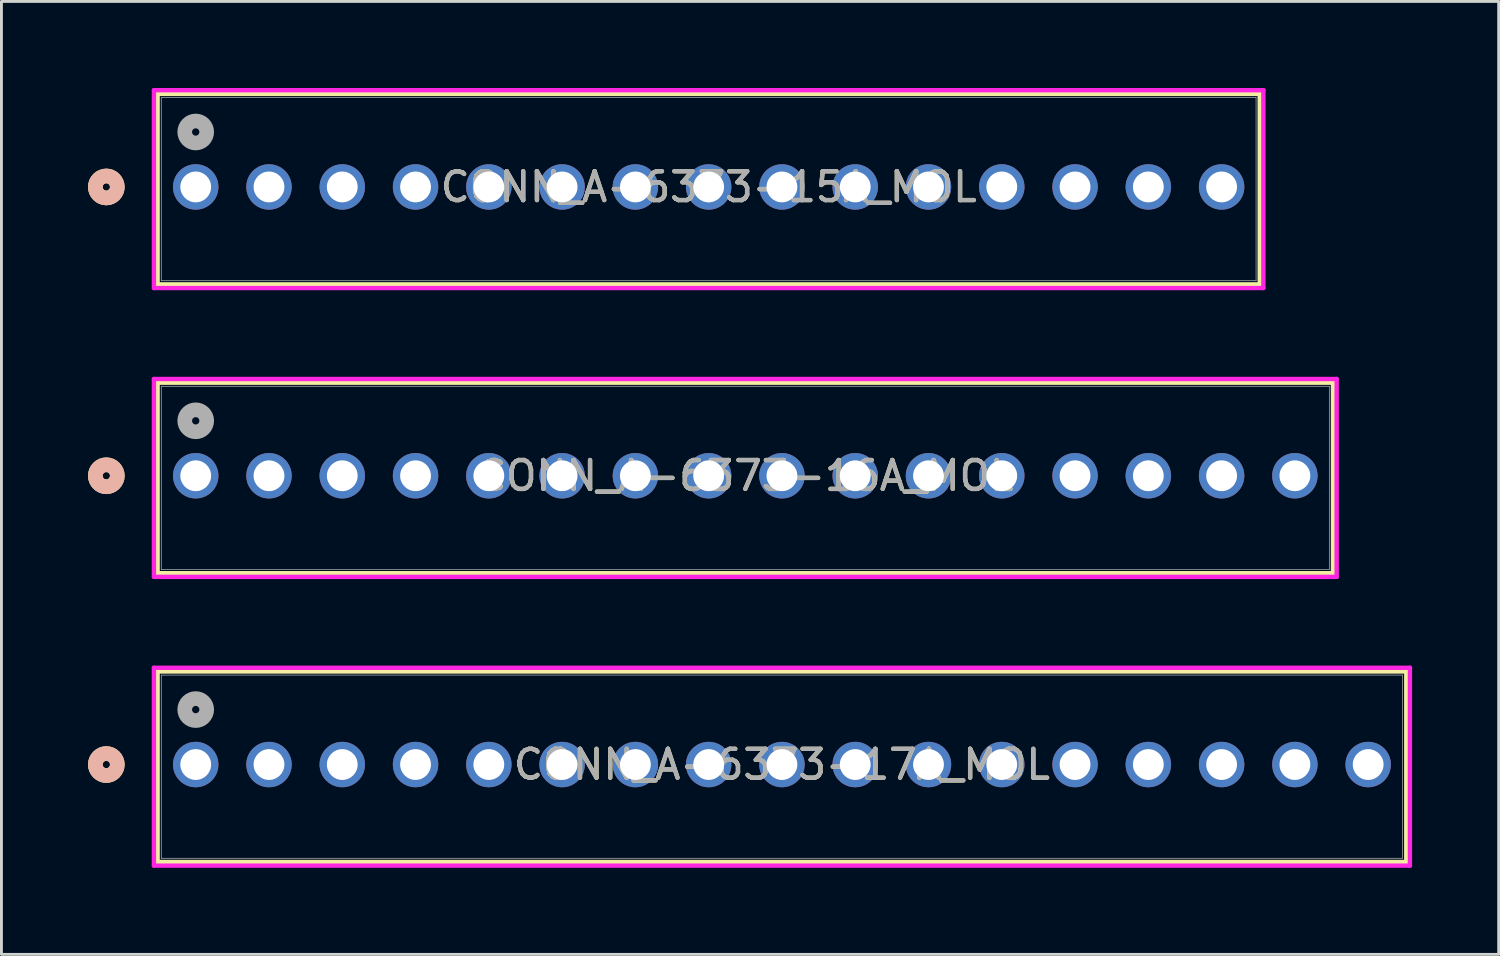
<source format=kicad_pcb>
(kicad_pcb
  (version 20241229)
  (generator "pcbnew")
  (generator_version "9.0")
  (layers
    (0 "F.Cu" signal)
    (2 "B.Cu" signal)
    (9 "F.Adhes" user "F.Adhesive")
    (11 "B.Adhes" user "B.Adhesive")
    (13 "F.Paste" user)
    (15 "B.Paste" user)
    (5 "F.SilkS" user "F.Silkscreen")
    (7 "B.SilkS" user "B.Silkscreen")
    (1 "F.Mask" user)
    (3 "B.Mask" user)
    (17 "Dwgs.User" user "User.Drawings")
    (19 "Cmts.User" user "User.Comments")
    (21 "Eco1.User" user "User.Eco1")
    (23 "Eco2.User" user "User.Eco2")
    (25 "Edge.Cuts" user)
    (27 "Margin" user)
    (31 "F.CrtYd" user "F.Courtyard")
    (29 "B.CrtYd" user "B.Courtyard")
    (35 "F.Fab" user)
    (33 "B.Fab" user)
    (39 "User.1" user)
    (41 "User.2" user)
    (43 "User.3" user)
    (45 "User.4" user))
  (footprint "CONN_A-6373-16A_MOL"
    (layer "F.Cu")
    (at 3.734 13.441)
    (property "Reference" "CONN_A-6373-16A_MOL" (at 19.05 0 0) (unlocked yes) (layer "F.SilkS") (effects (font (size 1 1) (thickness 0.15))))
    (attr through_hole)
    (fp_line (start -1.321 -3.227) (end -1.321 3.377) (stroke (width 0.152) (type solid)) (layer "F.SilkS"))
    (fp_line (start -1.321 3.377) (end 39.421 3.377) (stroke (width 0.152) (type solid)) (layer "F.SilkS"))
    (fp_line (start 39.421 -3.227) (end -1.321 -3.227) (stroke (width 0.152) (type solid)) (layer "F.SilkS"))
    (fp_line (start 39.421 3.377) (end 39.421 -3.227) (stroke (width 0.152) (type solid)) (layer "F.SilkS"))
    (fp_circle (center -3.099 0) (end -2.718 0) (stroke (width 0.508) (type solid)) (fill no) (layer "F.SilkS"))
    (fp_circle (center -3.099 0) (end -2.718 0) (stroke (width 0.508) (type solid)) (fill no) (layer "B.SilkS"))
    (fp_line (start -1.448 -3.354) (end -1.448 3.504) (stroke (width 0.152) (type solid)) (layer "F.CrtYd"))
    (fp_line (start -1.448 3.504) (end 39.548 3.504) (stroke (width 0.152) (type solid)) (layer "F.CrtYd"))
    (fp_line (start 39.548 -3.354) (end -1.448 -3.354) (stroke (width 0.152) (type solid)) (layer "F.CrtYd"))
    (fp_line (start 39.548 3.504) (end 39.548 -3.354) (stroke (width 0.152) (type solid)) (layer "F.CrtYd"))
    (fp_line (start -1.194 -3.1) (end -1.194 3.25) (stroke (width 0.025) (type solid)) (layer "F.Fab"))
    (fp_line (start -1.194 3.25) (end 39.294 3.25) (stroke (width 0.025) (type solid)) (layer "F.Fab"))
    (fp_line (start 39.294 -3.1) (end -1.194 -3.1) (stroke (width 0.025) (type solid)) (layer "F.Fab"))
    (fp_line (start 39.294 3.25) (end 39.294 -3.1) (stroke (width 0.025) (type solid)) (layer "F.Fab"))
    (fp_circle (center 0 -1.905) (end 0.381 -1.905) (stroke (width 0.508) (type solid)) (fill no) (layer "F.Fab"))
    (fp_text user "${REFERENCE}" (at 19.05 0 0) (unlocked yes) (layer "F.Fab") (effects (font (size 1 1) (thickness 0.15))))
    (pad "1" thru_hole circle (at 0 0) (size 1.575 1.575) (drill 1.067) (layers "*.Cu" "*.Mask"))
    (pad "2" thru_hole circle (at 2.54 0) (size 1.575 1.575) (drill 1.067) (layers "*.Cu" "*.Mask"))
    (pad "3" thru_hole circle (at 5.08 0) (size 1.575 1.575) (drill 1.067) (layers "*.Cu" "*.Mask"))
    (pad "4" thru_hole circle (at 7.62 0) (size 1.575 1.575) (drill 1.067) (layers "*.Cu" "*.Mask"))
    (pad "5" thru_hole circle (at 10.16 0) (size 1.575 1.575) (drill 1.067) (layers "*.Cu" "*.Mask"))
    (pad "6" thru_hole circle (at 12.7 0) (size 1.575 1.575) (drill 1.067) (layers "*.Cu" "*.Mask"))
    (pad "7" thru_hole circle (at 15.24 0) (size 1.575 1.575) (drill 1.067) (layers "*.Cu" "*.Mask"))
    (pad "8" thru_hole circle (at 17.78 0) (size 1.575 1.575) (drill 1.067) (layers "*.Cu" "*.Mask"))
    (pad "9" thru_hole circle (at 20.32 0) (size 1.575 1.575) (drill 1.067) (layers "*.Cu" "*.Mask"))
    (pad "10" thru_hole circle (at 22.86 0) (size 1.575 1.575) (drill 1.067) (layers "*.Cu" "*.Mask"))
    (pad "11" thru_hole circle (at 25.4 0) (size 1.575 1.575) (drill 1.067) (layers "*.Cu" "*.Mask"))
    (pad "12" thru_hole circle (at 27.94 0) (size 1.575 1.575) (drill 1.067) (layers "*.Cu" "*.Mask"))
    (pad "13" thru_hole circle (at 30.48 0) (size 1.575 1.575) (drill 1.067) (layers "*.Cu" "*.Mask"))
    (pad "14" thru_hole circle (at 33.02 0) (size 1.575 1.575) (drill 1.067) (layers "*.Cu" "*.Mask"))
    (pad "15" thru_hole circle (at 35.56 0) (size 1.575 1.575) (drill 1.067) (layers "*.Cu" "*.Mask"))
    (pad "16" thru_hole circle (at 38.1 0) (size 1.575 1.575) (drill 1.067) (layers "*.Cu" "*.Mask")))
  (footprint "CONN_A-6373-15A_MOL"
    (layer "F.Cu")
    (at 3.734 3.43)
    (property "Reference" "CONN_A-6373-15A_MOL" (at 17.78 0 0) (unlocked yes) (layer "F.SilkS") (effects (font (size 1 1) (thickness 0.15))))
    (attr through_hole)
    (fp_line (start -1.321 -3.227) (end -1.321 3.377) (stroke (width 0.152) (type solid)) (layer "F.SilkS"))
    (fp_line (start -1.321 3.377) (end 36.881 3.377) (stroke (width 0.152) (type solid)) (layer "F.SilkS"))
    (fp_line (start 36.881 -3.227) (end -1.321 -3.227) (stroke (width 0.152) (type solid)) (layer "F.SilkS"))
    (fp_line (start 36.881 3.377) (end 36.881 -3.227) (stroke (width 0.152) (type solid)) (layer "F.SilkS"))
    (fp_circle (center -3.099 0) (end -2.718 0) (stroke (width 0.508) (type solid)) (fill no) (layer "F.SilkS"))
    (fp_circle (center -3.099 0) (end -2.718 0) (stroke (width 0.508) (type solid)) (fill no) (layer "B.SilkS"))
    (fp_line (start -1.448 -3.354) (end -1.448 3.504) (stroke (width 0.152) (type solid)) (layer "F.CrtYd"))
    (fp_line (start -1.448 3.504) (end 37.008 3.504) (stroke (width 0.152) (type solid)) (layer "F.CrtYd"))
    (fp_line (start 37.008 -3.354) (end -1.448 -3.354) (stroke (width 0.152) (type solid)) (layer "F.CrtYd"))
    (fp_line (start 37.008 3.504) (end 37.008 -3.354) (stroke (width 0.152) (type solid)) (layer "F.CrtYd"))
    (fp_line (start -1.194 -3.1) (end -1.194 3.25) (stroke (width 0.025) (type solid)) (layer "F.Fab"))
    (fp_line (start -1.194 3.25) (end 36.754 3.25) (stroke (width 0.025) (type solid)) (layer "F.Fab"))
    (fp_line (start 36.754 -3.1) (end -1.194 -3.1) (stroke (width 0.025) (type solid)) (layer "F.Fab"))
    (fp_line (start 36.754 3.25) (end 36.754 -3.1) (stroke (width 0.025) (type solid)) (layer "F.Fab"))
    (fp_circle (center 0 -1.905) (end 0.381 -1.905) (stroke (width 0.508) (type solid)) (fill no) (layer "F.Fab"))
    (fp_text user "${REFERENCE}" (at 17.78 0 0) (unlocked yes) (layer "F.Fab") (effects (font (size 1 1) (thickness 0.15))))
    (pad "1" thru_hole circle (at 0 0) (size 1.575 1.575) (drill 1.067) (layers "*.Cu" "*.Mask"))
    (pad "2" thru_hole circle (at 2.54 0) (size 1.575 1.575) (drill 1.067) (layers "*.Cu" "*.Mask"))
    (pad "3" thru_hole circle (at 5.08 0) (size 1.575 1.575) (drill 1.067) (layers "*.Cu" "*.Mask"))
    (pad "4" thru_hole circle (at 7.62 0) (size 1.575 1.575) (drill 1.067) (layers "*.Cu" "*.Mask"))
    (pad "5" thru_hole circle (at 10.16 0) (size 1.575 1.575) (drill 1.067) (layers "*.Cu" "*.Mask"))
    (pad "6" thru_hole circle (at 12.7 0) (size 1.575 1.575) (drill 1.067) (layers "*.Cu" "*.Mask"))
    (pad "7" thru_hole circle (at 15.24 0) (size 1.575 1.575) (drill 1.067) (layers "*.Cu" "*.Mask"))
    (pad "8" thru_hole circle (at 17.78 0) (size 1.575 1.575) (drill 1.067) (layers "*.Cu" "*.Mask"))
    (pad "9" thru_hole circle (at 20.32 0) (size 1.575 1.575) (drill 1.067) (layers "*.Cu" "*.Mask"))
    (pad "10" thru_hole circle (at 22.86 0) (size 1.575 1.575) (drill 1.067) (layers "*.Cu" "*.Mask"))
    (pad "11" thru_hole circle (at 25.4 0) (size 1.575 1.575) (drill 1.067) (layers "*.Cu" "*.Mask"))
    (pad "12" thru_hole circle (at 27.94 0) (size 1.575 1.575) (drill 1.067) (layers "*.Cu" "*.Mask"))
    (pad "13" thru_hole circle (at 30.48 0) (size 1.575 1.575) (drill 1.067) (layers "*.Cu" "*.Mask"))
    (pad "14" thru_hole circle (at 33.02 0) (size 1.575 1.575) (drill 1.067) (layers "*.Cu" "*.Mask"))
    (pad "15" thru_hole circle (at 35.56 0) (size 1.575 1.575) (drill 1.067) (layers "*.Cu" "*.Mask")))
  (footprint "CONN_A-6373-17A_MOL"
    (layer "F.Cu")
    (at 3.734 23.451)
    (property "Reference" "CONN_A-6373-17A_MOL" (at 20.32 0 0) (unlocked yes) (layer "F.SilkS") (effects (font (size 1 1) (thickness 0.15))))
    (attr through_hole)
    (fp_line (start -1.321 -3.227) (end -1.321 3.377) (stroke (width 0.152) (type solid)) (layer "F.SilkS"))
    (fp_line (start -1.321 3.377) (end 41.961 3.377) (stroke (width 0.152) (type solid)) (layer "F.SilkS"))
    (fp_line (start 41.961 -3.227) (end -1.321 -3.227) (stroke (width 0.152) (type solid)) (layer "F.SilkS"))
    (fp_line (start 41.961 3.377) (end 41.961 -3.227) (stroke (width 0.152) (type solid)) (layer "F.SilkS"))
    (fp_circle (center -3.099 0) (end -2.718 0) (stroke (width 0.508) (type solid)) (fill no) (layer "F.SilkS"))
    (fp_circle (center -3.099 0) (end -2.718 0) (stroke (width 0.508) (type solid)) (fill no) (layer "B.SilkS"))
    (fp_line (start -1.448 -3.354) (end -1.448 3.504) (stroke (width 0.152) (type solid)) (layer "F.CrtYd"))
    (fp_line (start -1.448 3.504) (end 42.088 3.504) (stroke (width 0.152) (type solid)) (layer "F.CrtYd"))
    (fp_line (start 42.088 -3.354) (end -1.448 -3.354) (stroke (width 0.152) (type solid)) (layer "F.CrtYd"))
    (fp_line (start 42.088 3.504) (end 42.088 -3.354) (stroke (width 0.152) (type solid)) (layer "F.CrtYd"))
    (fp_line (start -1.194 -3.1) (end -1.194 3.25) (stroke (width 0.025) (type solid)) (layer "F.Fab"))
    (fp_line (start -1.194 3.25) (end 41.834 3.25) (stroke (width 0.025) (type solid)) (layer "F.Fab"))
    (fp_line (start 41.834 -3.1) (end -1.194 -3.1) (stroke (width 0.025) (type solid)) (layer "F.Fab"))
    (fp_line (start 41.834 3.25) (end 41.834 -3.1) (stroke (width 0.025) (type solid)) (layer "F.Fab"))
    (fp_circle (center 0 -1.905) (end 0.381 -1.905) (stroke (width 0.508) (type solid)) (fill no) (layer "F.Fab"))
    (fp_text user "${REFERENCE}" (at 20.32 0 0) (unlocked yes) (layer "F.Fab") (effects (font (size 1 1) (thickness 0.15))))
    (pad "1" thru_hole circle (at 0 0) (size 1.575 1.575) (drill 1.067) (layers "*.Cu" "*.Mask"))
    (pad "2" thru_hole circle (at 2.54 0) (size 1.575 1.575) (drill 1.067) (layers "*.Cu" "*.Mask"))
    (pad "3" thru_hole circle (at 5.08 0) (size 1.575 1.575) (drill 1.067) (layers "*.Cu" "*.Mask"))
    (pad "4" thru_hole circle (at 7.62 0) (size 1.575 1.575) (drill 1.067) (layers "*.Cu" "*.Mask"))
    (pad "5" thru_hole circle (at 10.16 0) (size 1.575 1.575) (drill 1.067) (layers "*.Cu" "*.Mask"))
    (pad "6" thru_hole circle (at 12.7 0) (size 1.575 1.575) (drill 1.067) (layers "*.Cu" "*.Mask"))
    (pad "7" thru_hole circle (at 15.24 0) (size 1.575 1.575) (drill 1.067) (layers "*.Cu" "*.Mask"))
    (pad "8" thru_hole circle (at 17.78 0) (size 1.575 1.575) (drill 1.067) (layers "*.Cu" "*.Mask"))
    (pad "9" thru_hole circle (at 20.32 0) (size 1.575 1.575) (drill 1.067) (layers "*.Cu" "*.Mask"))
    (pad "10" thru_hole circle (at 22.86 0) (size 1.575 1.575) (drill 1.067) (layers "*.Cu" "*.Mask"))
    (pad "11" thru_hole circle (at 25.4 0) (size 1.575 1.575) (drill 1.067) (layers "*.Cu" "*.Mask"))
    (pad "12" thru_hole circle (at 27.94 0) (size 1.575 1.575) (drill 1.067) (layers "*.Cu" "*.Mask"))
    (pad "13" thru_hole circle (at 30.48 0) (size 1.575 1.575) (drill 1.067) (layers "*.Cu" "*.Mask"))
    (pad "14" thru_hole circle (at 33.02 0) (size 1.575 1.575) (drill 1.067) (layers "*.Cu" "*.Mask"))
    (pad "15" thru_hole circle (at 35.56 0) (size 1.575 1.575) (drill 1.067) (layers "*.Cu" "*.Mask"))
    (pad "16" thru_hole circle (at 38.1 0) (size 1.575 1.575) (drill 1.067) (layers "*.Cu" "*.Mask"))
    (pad "17" thru_hole circle (at 40.64 0) (size 1.575 1.575) (drill 1.067) (layers "*.Cu" "*.Mask")))
  (gr_rect
    (start -3 -3)
    (end 48.898 30.031)
    (stroke (width 0.1) (type default))
    (fill no)
    (layer "Edge.Cuts")))
</source>
